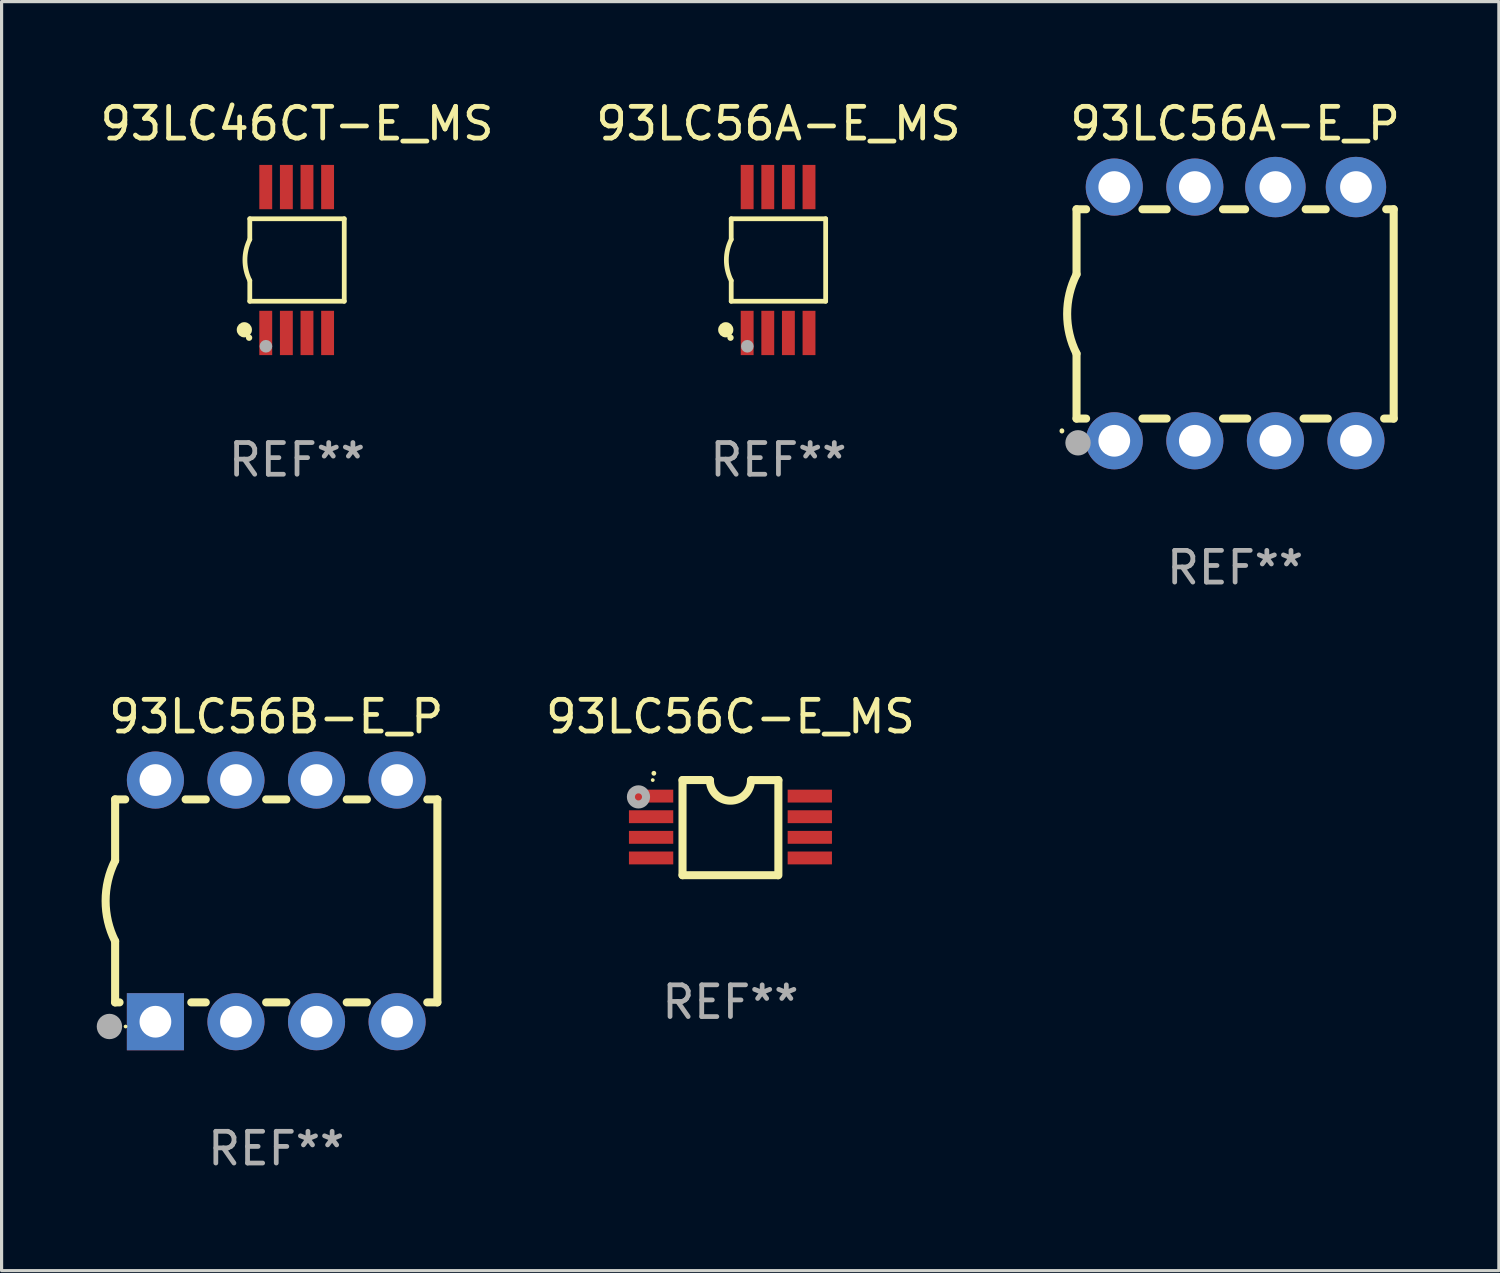
<source format=kicad_pcb>
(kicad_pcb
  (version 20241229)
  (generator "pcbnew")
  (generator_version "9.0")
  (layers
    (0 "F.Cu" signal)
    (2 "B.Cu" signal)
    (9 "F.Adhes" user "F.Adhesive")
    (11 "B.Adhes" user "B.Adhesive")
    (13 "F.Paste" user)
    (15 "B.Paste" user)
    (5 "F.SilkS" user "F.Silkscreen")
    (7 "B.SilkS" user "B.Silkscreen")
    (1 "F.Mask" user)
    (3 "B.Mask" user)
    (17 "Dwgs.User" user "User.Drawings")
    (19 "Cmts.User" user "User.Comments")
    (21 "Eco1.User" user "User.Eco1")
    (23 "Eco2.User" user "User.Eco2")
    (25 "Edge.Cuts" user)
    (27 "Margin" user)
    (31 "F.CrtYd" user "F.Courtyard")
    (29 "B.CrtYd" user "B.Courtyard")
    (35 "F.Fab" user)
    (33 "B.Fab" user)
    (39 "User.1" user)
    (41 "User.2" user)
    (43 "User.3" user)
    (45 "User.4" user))
  (footprint "93LC56C-E_MS"
    (layer "F.Cu")
    (at 19.981 23.046)
    (property "Reference" "93LC56C-E_MS" (at 0 -3.501 0) (layer "F.SilkS") (effects (font (size 1 1) (thickness 0.15))))
    (attr through_hole)
    (fp_line (start -1.511 -1.501) (end -1.511 1.499) (stroke (width 0.254) (type solid)) (layer "F.SilkS"))
    (fp_line (start -1.511 -1.501) (end -0.648 -1.501) (stroke (width 0.254) (type solid)) (layer "F.SilkS"))
    (fp_line (start -1.511 1.499) (end 1.489 1.499) (stroke (width 0.254) (type solid)) (layer "F.SilkS"))
    (fp_line (start 0.648 -1.499) (end 1.511 -1.499) (stroke (width 0.254) (type solid)) (layer "F.SilkS"))
    (fp_line (start 1.511 -1.499) (end 1.511 1.501) (stroke (width 0.254) (type solid)) (layer "F.SilkS"))
    (fp_arc (start -2.41491 -1.713233) (mid -2.414916 -1.714503) (end -2.41491 -1.715773) (stroke (width 0.150013) (type solid)) (layer "F.SilkS"))
    (fp_arc (start 0.647803 -1.498603) (mid 0.000102 -0.850902) (end -0.647599 -1.498603) (stroke (width 0.254001) (type solid)) (layer "F.SilkS"))
    (fp_circle (center -2.45 -1.501) (end -2.42 -1.501) (stroke (width 0.06) (type solid)) (fill no) (layer "F.SilkS"))
    (fp_circle (center -2.9 -0.97) (end -2.788 -0.97) (stroke (width 0.254) (type solid)) (fill no) (layer "F.Fab"))
    (fp_text user "REF**" (at 0 5.501 0) (layer "F.Fab") (effects (font (size 1 1) (thickness 0.15))))
    (pad "1" smd rect (at -2.502 -0.995) (size 1.397 0.406) (layers "F.Cu" "F.Mask" "F.Paste"))
    (pad "2" smd rect (at -2.502 -0.345) (size 1.397 0.406) (layers "F.Cu" "F.Mask" "F.Paste"))
    (pad "3" smd rect (at -2.502 0.305) (size 1.397 0.406) (layers "F.Cu" "F.Mask" "F.Paste"))
    (pad "4" smd rect (at -2.502 0.955) (size 1.397 0.406) (layers "F.Cu" "F.Mask" "F.Paste"))
    (pad "5" smd rect (at 2.502 0.955) (size 1.397 0.406) (layers "F.Cu" "F.Mask" "F.Paste"))
    (pad "6" smd rect (at 2.502 0.305) (size 1.397 0.406) (layers "F.Cu" "F.Mask" "F.Paste"))
    (pad "7" smd rect (at 2.502 -0.345) (size 1.397 0.406) (layers "F.Cu" "F.Mask" "F.Paste"))
    (pad "8" smd rect (at 2.502 -0.995) (size 1.397 0.406) (layers "F.Cu" "F.Mask" "F.Paste")))
  (footprint "93LC56B-E_P"
    (layer "F.Cu")
    (at 5.66 25.355)
    (property "Reference" "93LC56B-E_P" (at 0 -5.81 0) (layer "F.SilkS") (effects (font (size 1 1) (thickness 0.15))))
    (attr through_hole)
    (fp_line (start -5.08 -3.2) (end -4.762 -3.2) (stroke (width 0.254) (type solid)) (layer "F.SilkS"))
    (fp_line (start -5.08 -1.27) (end -5.08 -3.2) (stroke (width 0.254) (type solid)) (layer "F.SilkS"))
    (fp_line (start -5.08 3.2) (end -5.08 1.27) (stroke (width 0.254) (type solid)) (layer "F.SilkS"))
    (fp_line (start -5.08 3.2) (end -4.941 3.2) (stroke (width 0.254) (type solid)) (layer "F.SilkS"))
    (fp_line (start -2.858 -3.2) (end -2.222 -3.2) (stroke (width 0.254) (type solid)) (layer "F.SilkS"))
    (fp_line (start -2.679 3.2) (end -2.222 3.2) (stroke (width 0.254) (type solid)) (layer "F.SilkS"))
    (fp_line (start -0.318 -3.2) (end 0.318 -3.2) (stroke (width 0.254) (type solid)) (layer "F.SilkS"))
    (fp_line (start -0.318 3.2) (end 0.318 3.2) (stroke (width 0.254) (type solid)) (layer "F.SilkS"))
    (fp_line (start 2.222 -3.2) (end 2.858 -3.2) (stroke (width 0.254) (type solid)) (layer "F.SilkS"))
    (fp_line (start 2.222 3.2) (end 2.858 3.2) (stroke (width 0.254) (type solid)) (layer "F.SilkS"))
    (fp_line (start 4.762 -3.2) (end 5.08 -3.2) (stroke (width 0.254) (type solid)) (layer "F.SilkS"))
    (fp_line (start 4.762 3.2) (end 5.08 3.2) (stroke (width 0.254) (type solid)) (layer "F.SilkS"))
    (fp_line (start 5.08 3.2) (end 5.08 -3.2) (stroke (width 0.254) (type solid)) (layer "F.SilkS"))
    (fp_arc (start -5.080011 1.270002) (mid -5.379818 -0.000001) (end -5.08001 -1.270003) (stroke (width 0.254001) (type solid)) (layer "F.SilkS"))
    (fp_circle (center -4.75 3.96) (end -4.72 3.96) (stroke (width 0.06) (type solid)) (fill no) (layer "F.SilkS"))
    (fp_circle (center -5.26 3.96) (end -5.06 3.96) (stroke (width 0.4) (type solid)) (fill no) (layer "F.Fab"))
    (fp_text user "REF**" (at 0 7.81 0) (layer "F.Fab") (effects (font (size 1 1) (thickness 0.15))))
    (pad "1" thru_hole rect (at -3.81 3.81) (size 1.8 1.8) (drill 1) (layers "*.Cu" "*.Mask"))
    (pad "2" thru_hole circle (at -1.27 3.81) (size 1.8 1.8) (drill 1) (layers "*.Cu" "*.Mask"))
    (pad "3" thru_hole circle (at 1.27 3.81) (size 1.8 1.8) (drill 1) (layers "*.Cu" "*.Mask"))
    (pad "4" thru_hole circle (at 3.81 3.81) (size 1.8 1.8) (drill 1) (layers "*.Cu" "*.Mask"))
    (pad "5" thru_hole circle (at 3.81 -3.81) (size 1.8 1.8) (drill 1) (layers "*.Cu" "*.Mask"))
    (pad "6" thru_hole circle (at 1.27 -3.81) (size 1.8 1.8) (drill 1) (layers "*.Cu" "*.Mask"))
    (pad "7" thru_hole circle (at -1.27 -3.81) (size 1.8 1.8) (drill 1) (layers "*.Cu" "*.Mask"))
    (pad "8" thru_hole circle (at -3.81 -3.81) (size 1.8 1.8) (drill 1) (layers "*.Cu" "*.Mask")))
  (footprint "93LC46CT-E_MS"
    (layer "F.Cu")
    (at 6.315 5.148)
    (property "Reference" "93LC46CT-E_MS" (at 0 -4.3 0) (layer "F.SilkS") (effects (font (size 1 1) (thickness 0.15))))
    (attr through_hole)
    (fp_line (start -1.489 -1.3) (end -1.489 -0.648) (stroke (width 0.15) (type solid)) (layer "F.SilkS"))
    (fp_line (start -1.489 0.648) (end -1.489 1.3) (stroke (width 0.15) (type solid)) (layer "F.SilkS"))
    (fp_line (start -1.489 1.3) (end 1.489 1.3) (stroke (width 0.15) (type solid)) (layer "F.SilkS"))
    (fp_line (start 1.489 -1.3) (end -1.489 -1.3) (stroke (width 0.15) (type solid)) (layer "F.SilkS"))
    (fp_line (start 1.489 1.3) (end 1.489 -1.3) (stroke (width 0.15) (type solid)) (layer "F.SilkS"))
    (fp_arc (start -1.489205 0.647702) (mid -1.642107 0) (end -1.489205 -0.647701) (stroke (width 0.150013) (type solid)) (layer "F.SilkS"))
    (fp_circle (center -1.661 2.2) (end -1.541 2.2) (stroke (width 0.24) (type solid)) (fill no) (layer "F.SilkS"))
    (fp_circle (center -1.511 2.45) (end -1.461 2.45) (stroke (width 0.1) (type solid)) (fill no) (layer "F.SilkS"))
    (fp_circle (center -0.981 2.72) (end -0.881 2.72) (stroke (width 0.2) (type solid)) (fill no) (layer "F.Fab"))
    (fp_text user "REF**" (at 0 6.3 0) (layer "F.Fab") (effects (font (size 1 1) (thickness 0.15))))
    (pad "1" smd rect (at -0.986 2.3) (size 0.406 1.397) (layers "F.Cu" "F.Mask" "F.Paste"))
    (pad "2" smd rect (at -0.336 2.3) (size 0.406 1.397) (layers "F.Cu" "F.Mask" "F.Paste"))
    (pad "3" smd rect (at 0.314 2.3) (size 0.406 1.397) (layers "F.Cu" "F.Mask" "F.Paste"))
    (pad "4" smd rect (at 0.964 2.3) (size 0.406 1.397) (layers "F.Cu" "F.Mask" "F.Paste"))
    (pad "5" smd rect (at 0.964 -2.3) (size 0.406 1.397) (layers "F.Cu" "F.Mask" "F.Paste"))
    (pad "6" smd rect (at 0.314 -2.3) (size 0.406 1.397) (layers "F.Cu" "F.Mask" "F.Paste"))
    (pad "7" smd rect (at -0.336 -2.3) (size 0.406 1.397) (layers "F.Cu" "F.Mask" "F.Paste"))
    (pad "8" smd rect (at -0.986 -2.3) (size 0.406 1.397) (layers "F.Cu" "F.Mask" "F.Paste")))
  (footprint "93LC56A-E_MS"
    (layer "F.Cu")
    (at 21.494 5.148)
    (property "Reference" "93LC56A-E_MS" (at 0 -4.3 0) (layer "F.SilkS") (effects (font (size 1 1) (thickness 0.15))))
    (attr through_hole)
    (fp_line (start -1.489 -1.3) (end -1.489 -0.648) (stroke (width 0.15) (type solid)) (layer "F.SilkS"))
    (fp_line (start -1.489 0.648) (end -1.489 1.3) (stroke (width 0.15) (type solid)) (layer "F.SilkS"))
    (fp_line (start -1.489 1.3) (end 1.489 1.3) (stroke (width 0.15) (type solid)) (layer "F.SilkS"))
    (fp_line (start 1.489 -1.3) (end -1.489 -1.3) (stroke (width 0.15) (type solid)) (layer "F.SilkS"))
    (fp_line (start 1.489 1.3) (end 1.489 -1.3) (stroke (width 0.15) (type solid)) (layer "F.SilkS"))
    (fp_arc (start -1.489205 0.647702) (mid -1.642107 0) (end -1.489205 -0.647701) (stroke (width 0.150013) (type solid)) (layer "F.SilkS"))
    (fp_circle (center -1.661 2.2) (end -1.541 2.2) (stroke (width 0.24) (type solid)) (fill no) (layer "F.SilkS"))
    (fp_circle (center -1.511 2.45) (end -1.461 2.45) (stroke (width 0.1) (type solid)) (fill no) (layer "F.SilkS"))
    (fp_circle (center -0.981 2.72) (end -0.881 2.72) (stroke (width 0.2) (type solid)) (fill no) (layer "F.Fab"))
    (fp_text user "REF**" (at 0 6.3 0) (layer "F.Fab") (effects (font (size 1 1) (thickness 0.15))))
    (pad "1" smd rect (at -0.986 2.3) (size 0.406 1.397) (layers "F.Cu" "F.Mask" "F.Paste"))
    (pad "2" smd rect (at -0.336 2.3) (size 0.406 1.397) (layers "F.Cu" "F.Mask" "F.Paste"))
    (pad "3" smd rect (at 0.314 2.3) (size 0.406 1.397) (layers "F.Cu" "F.Mask" "F.Paste"))
    (pad "4" smd rect (at 0.964 2.3) (size 0.406 1.397) (layers "F.Cu" "F.Mask" "F.Paste"))
    (pad "5" smd rect (at 0.964 -2.3) (size 0.406 1.397) (layers "F.Cu" "F.Mask" "F.Paste"))
    (pad "6" smd rect (at 0.314 -2.3) (size 0.406 1.397) (layers "F.Cu" "F.Mask" "F.Paste"))
    (pad "7" smd rect (at -0.336 -2.3) (size 0.406 1.397) (layers "F.Cu" "F.Mask" "F.Paste"))
    (pad "8" smd rect (at -0.986 -2.3) (size 0.406 1.397) (layers "F.Cu" "F.Mask" "F.Paste")))
  (footprint "93LC56A-E_P"
    (layer "F.Cu")
    (at 35.893 6.848)
    (property "Reference" "93LC56A-E_P" (at 0 -6 0) (layer "F.SilkS") (effects (font (size 1 1) (thickness 0.15))))
    (attr through_hole)
    (fp_line (start -5 -3.3) (end -5 -1.25) (stroke (width 0.254) (type solid)) (layer "F.SilkS"))
    (fp_line (start -5 -3.3) (end -4.698 -3.3) (stroke (width 0.254) (type solid)) (layer "F.SilkS"))
    (fp_line (start -5 3.3) (end -5 1.25) (stroke (width 0.254) (type solid)) (layer "F.SilkS"))
    (fp_line (start -5 3.3) (end -4.698 3.3) (stroke (width 0.254) (type solid)) (layer "F.SilkS"))
    (fp_line (start -2.922 -3.3) (end -2.158 -3.3) (stroke (width 0.254) (type solid)) (layer "F.SilkS"))
    (fp_line (start -2.922 3.3) (end -2.158 3.3) (stroke (width 0.254) (type solid)) (layer "F.SilkS"))
    (fp_line (start -0.382 -3.3) (end 0.316 -3.3) (stroke (width 0.254) (type solid)) (layer "F.SilkS"))
    (fp_line (start -0.382 3.3) (end 0.382 3.3) (stroke (width 0.254) (type solid)) (layer "F.SilkS"))
    (fp_line (start 2.158 3.3) (end 2.922 3.3) (stroke (width 0.254) (type solid)) (layer "F.SilkS"))
    (fp_line (start 2.224 -3.3) (end 2.856 -3.3) (stroke (width 0.254) (type solid)) (layer "F.SilkS"))
    (fp_line (start 4.698 3.3) (end 5 3.3) (stroke (width 0.254) (type solid)) (layer "F.SilkS"))
    (fp_line (start 4.764 -3.3) (end 5 -3.3) (stroke (width 0.254) (type solid)) (layer "F.SilkS"))
    (fp_line (start 5 -3.3) (end 5 3.3) (stroke (width 0.254) (type solid)) (layer "F.SilkS"))
    (fp_arc (start -5.46124 3.694259) (mid -5.461175 3.688632) (end -5.460986 3.683007) (stroke (width 0.149987) (type solid)) (layer "F.SilkS"))
    (fp_arc (start -5.00127 1.249682) (mid -5.295892 -0.000313) (end -5.000025 -1.250013) (stroke (width 0.254001) (type solid)) (layer "F.SilkS"))
    (fp_circle (center -4.795 4.237) (end -4.765 4.237) (stroke (width 0.06) (type solid)) (fill no) (layer "F.SilkS"))
    (fp_circle (center -4.953 4.064) (end -4.753 4.064) (stroke (width 0.4) (type solid)) (fill no) (layer "F.Fab"))
    (fp_text user "REF**" (at 0 8 0) (layer "F.Fab") (effects (font (size 1 1) (thickness 0.15))))
    (pad "1" thru_hole circle (at -3.81 4) (size 1.8 1.8) (drill 1) (layers "*.Cu" "*.Mask"))
    (pad "2" thru_hole circle (at -1.27 4) (size 1.8 1.8) (drill 1) (layers "*.Cu" "*.Mask"))
    (pad "3" thru_hole circle (at 1.27 4) (size 1.8 1.8) (drill 1) (layers "*.Cu" "*.Mask"))
    (pad "4" thru_hole circle (at 3.81 4) (size 1.8 1.8) (drill 1) (layers "*.Cu" "*.Mask"))
    (pad "5" thru_hole circle (at 3.81 -4) (size 1.905 1.905) (drill 1) (layers "*.Cu" "*.Mask"))
    (pad "6" thru_hole circle (at 1.27 -4) (size 1.905 1.905) (drill 1) (layers "*.Cu" "*.Mask"))
    (pad "7" thru_hole circle (at -1.27 -4) (size 1.8 1.8) (drill 1) (layers "*.Cu" "*.Mask"))
    (pad "8" thru_hole circle (at -3.81 -4) (size 1.8 1.8) (drill 1) (layers "*.Cu" "*.Mask")))
  (gr_rect
    (start -3 -3)
    (end 44.209 37.013)
    (stroke (width 0.1) (type default))
    (fill no)
    (layer "Edge.Cuts")))
</source>
